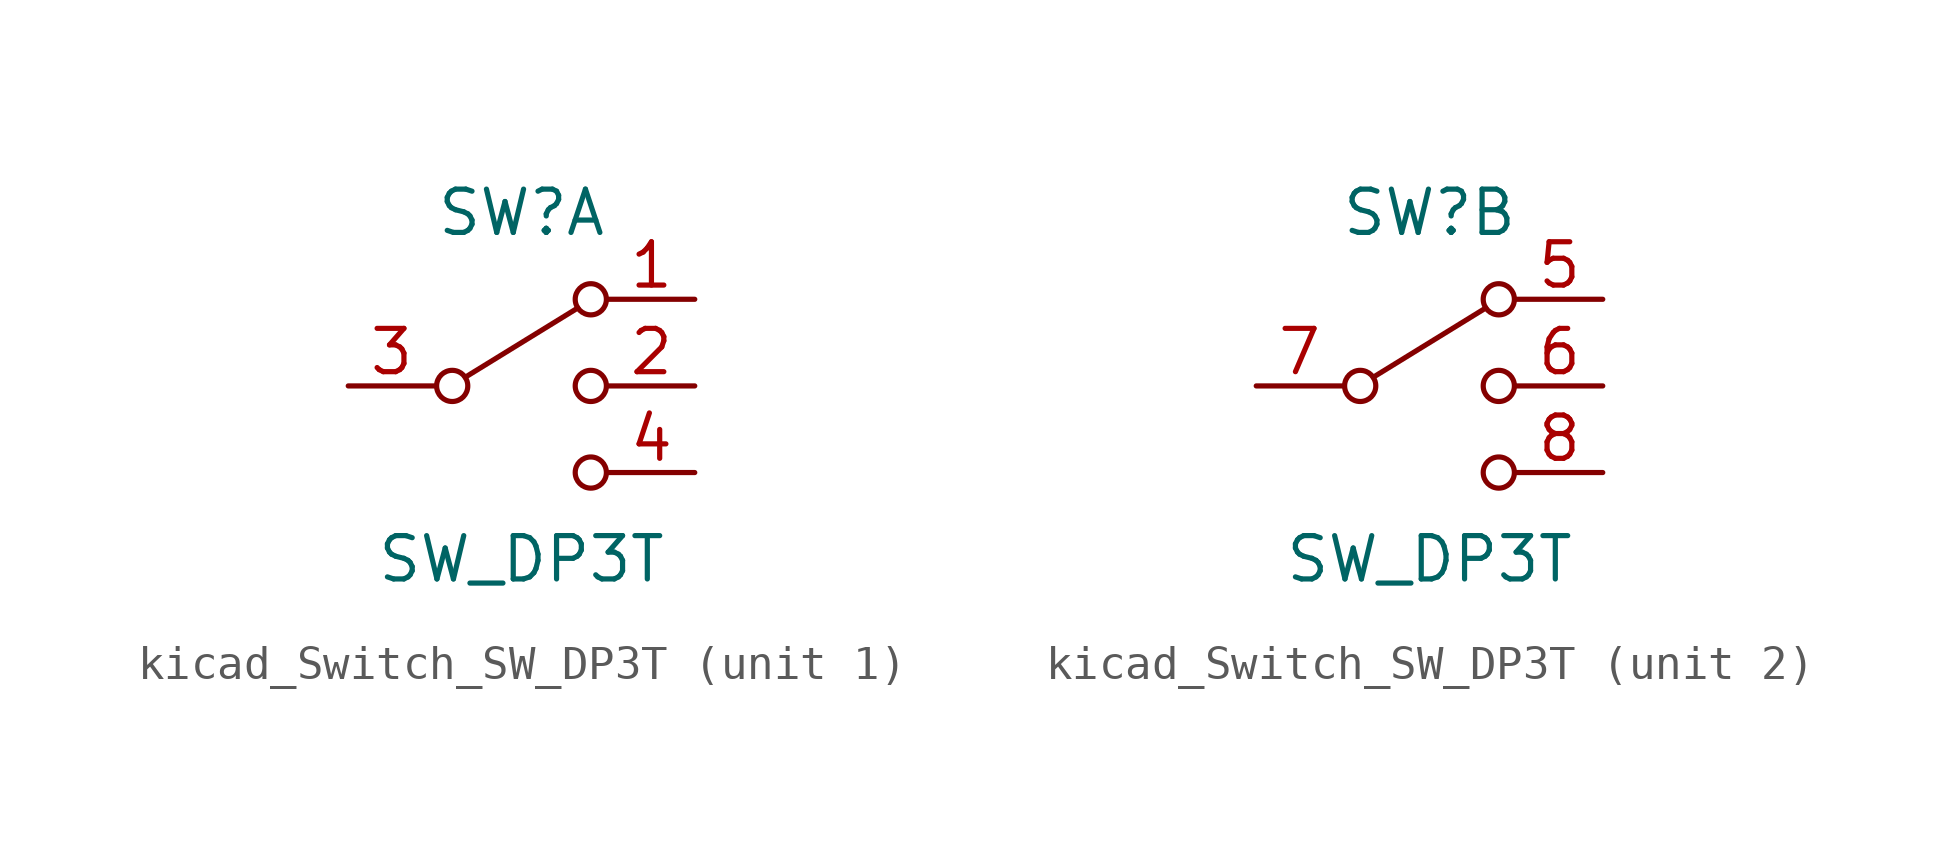
<source format=kicad_sym>
(kicad_symbol_lib
  (version 20220914)
  (generator kicad_symbol_editor)
  (symbol "kicad_Switch_SW_DP3T"
    (pin_names
      (offset 0) hide)
    (property "Reference" "SW"
      (at 0 5.08 0)
      (effects (font (size 1.27 1.27))))
    (property "Value" "SW_DP3T"
      (at 0 -5.08 0)
      (effects (font (size 1.27 1.27))))
    (symbol "kicad_Switch_SW_DP3T_0_1"
      (circle (center -2.032 0) (radius 0.457) (stroke (width 0) (type default)) (fill (type none)))
      (polyline (pts (xy -1.651 0.254) (xy 1.651 2.286)) (stroke (width 0) (type default)) (fill (type none)))
      (circle (center 2.032 -2.54) (radius 0.457) (stroke (width 0) (type default)) (fill (type none)))
      (circle (center 2.032 0) (radius 0.457) (stroke (width 0) (type default)) (fill (type none)))
      (circle (center 2.032 2.54) (radius 0.457) (stroke (width 0) (type default)) (fill (type none))))
    (symbol "kicad_Switch_SW_DP3T_1_1"
      (pin passive line (at 5.08 2.54 180) (length 2.54) (name "1" (effects (font (size 1.27 1.27)))) (number "1" (effects (font (size 1.27 1.27)))))
      (pin passive line (at 5.08 0 180) (length 2.54) (name "2" (effects (font (size 1.27 1.27)))) (number "2" (effects (font (size 1.27 1.27)))))
      (pin passive line (at -5.08 0 0) (length 2.54) (name "3" (effects (font (size 1.27 1.27)))) (number "3" (effects (font (size 1.27 1.27)))))
      (pin passive line (at 5.08 -2.54 180) (length 2.54) (name "4" (effects (font (size 1.27 1.27)))) (number "4" (effects (font (size 1.27 1.27))))))
    (symbol "kicad_Switch_SW_DP3T_2_1"
      (pin passive line (at 5.08 2.54 180) (length 2.54) (name "5" (effects (font (size 1.27 1.27)))) (number "5" (effects (font (size 1.27 1.27)))))
      (pin passive line (at 5.08 0 180) (length 2.54) (name "6" (effects (font (size 1.27 1.27)))) (number "6" (effects (font (size 1.27 1.27)))))
      (pin passive line (at -5.08 0 0) (length 2.54) (name "7" (effects (font (size 1.27 1.27)))) (number "7" (effects (font (size 1.27 1.27)))))
      (pin passive line (at 5.08 -2.54 180) (length 2.54) (name "8" (effects (font (size 1.27 1.27)))) (number "8" (effects (font (size 1.27 1.27))))))))
</source>
